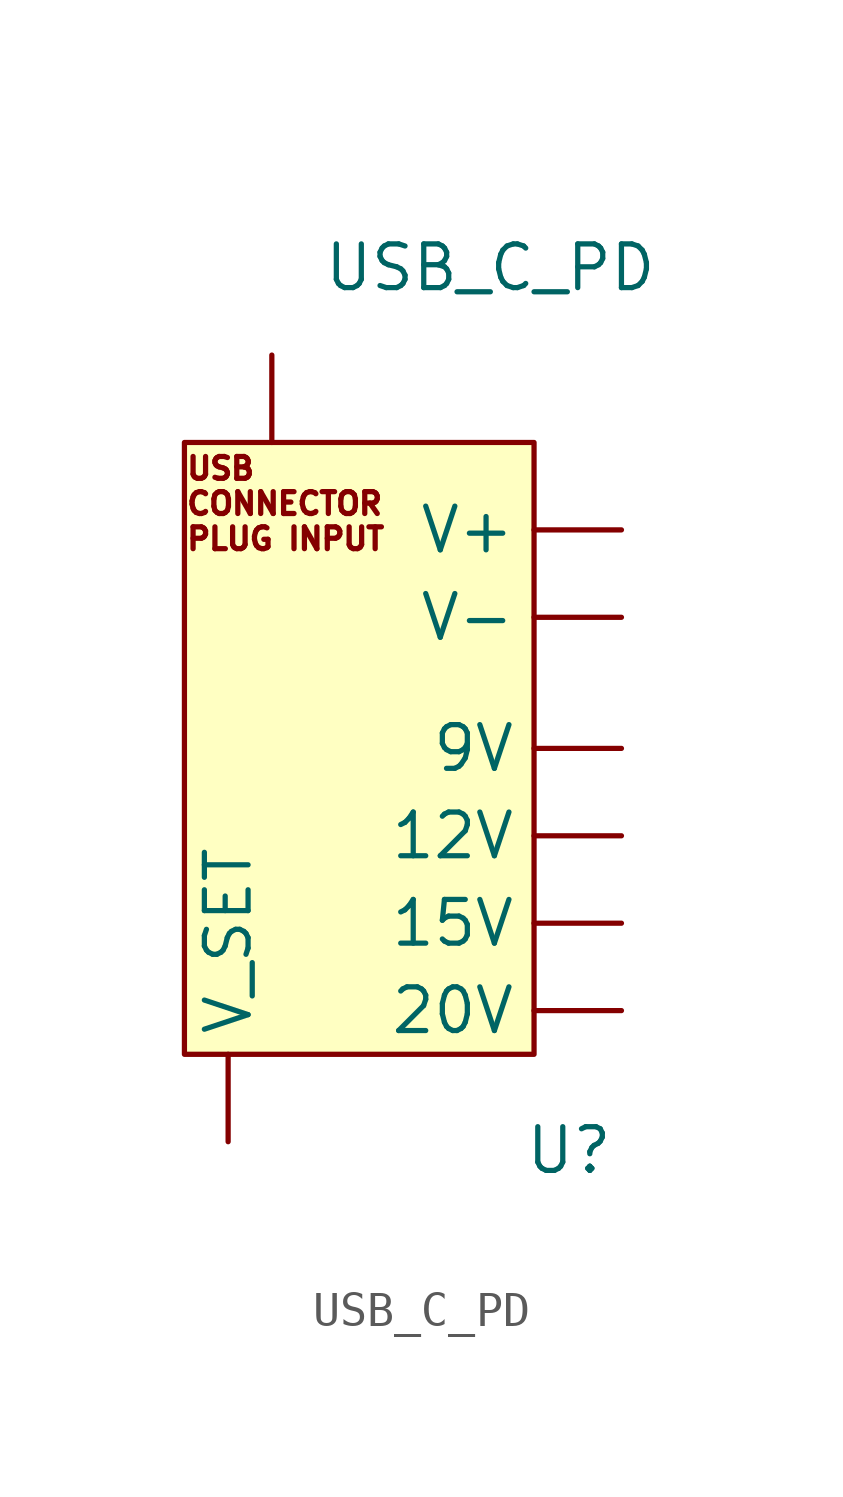
<source format=kicad_sym>
(kicad_symbol_lib
  (version 20231120)
  (generator "kicad_symbol_editor")
  (generator_version "8.0")
  (symbol "USB_C_PD"
    (property "Reference" "U"
      (at 7.366 -12.954 0)
      (effects (font (size 1.27 1.27))))
    (property "Value" "USB_C_PD"
      (at 5.08 12.7 0)
      (effects (font (size 1.27 1.27))))
    (symbol "USB_C_PD_0_1"
      (rectangle (start -3.81 7.62) (end 6.35 -10.16) (stroke (width 0) (type default)) (fill (type background))))
    (symbol "USB_C_PD_1_1"
      (text "USB \nCONNECTOR \nPLUG INPUT" (at -3.81 5.842 0) (effects (font (size 0.635 0.635)) (justify left)))
      (pin bidirectional line (at -1.27 10.16 270) (length 2.54) (name "" (effects (font (size 1.27 1.27)))) (number "" (effects (font (size 1.27 1.27)))))
      (pin output line (at 8.89 -3.81 180) (length 2.54) (name "12V" (effects (font (size 1.27 1.27)))) (number "" (effects (font (size 1.27 1.27)))))
      (pin output line (at 8.89 -6.35 180) (length 2.54) (name "15V" (effects (font (size 1.27 1.27)))) (number "" (effects (font (size 1.27 1.27)))))
      (pin output line (at 8.89 -8.89 180) (length 2.54) (name "20V" (effects (font (size 1.27 1.27)))) (number "" (effects (font (size 1.27 1.27)))))
      (pin output line (at 8.89 -1.27 180) (length 2.54) (name "9V" (effects (font (size 1.27 1.27)))) (number "" (effects (font (size 1.27 1.27)))))
      (pin output line (at 8.89 5.08 180) (length 2.54) (name "V+" (effects (font (size 1.27 1.27)))) (number "" (effects (font (size 1.27 1.27)))))
      (pin output line (at 8.89 2.54 180) (length 2.54) (name "V-" (effects (font (size 1.27 1.27)))) (number "" (effects (font (size 1.27 1.27)))))
      (pin output line (at -2.54 -12.7 90) (length 2.54) (name "V_SET" (effects (font (size 1.27 1.27)))) (number "" (effects (font (size 1.27 1.27))))))))
</source>
